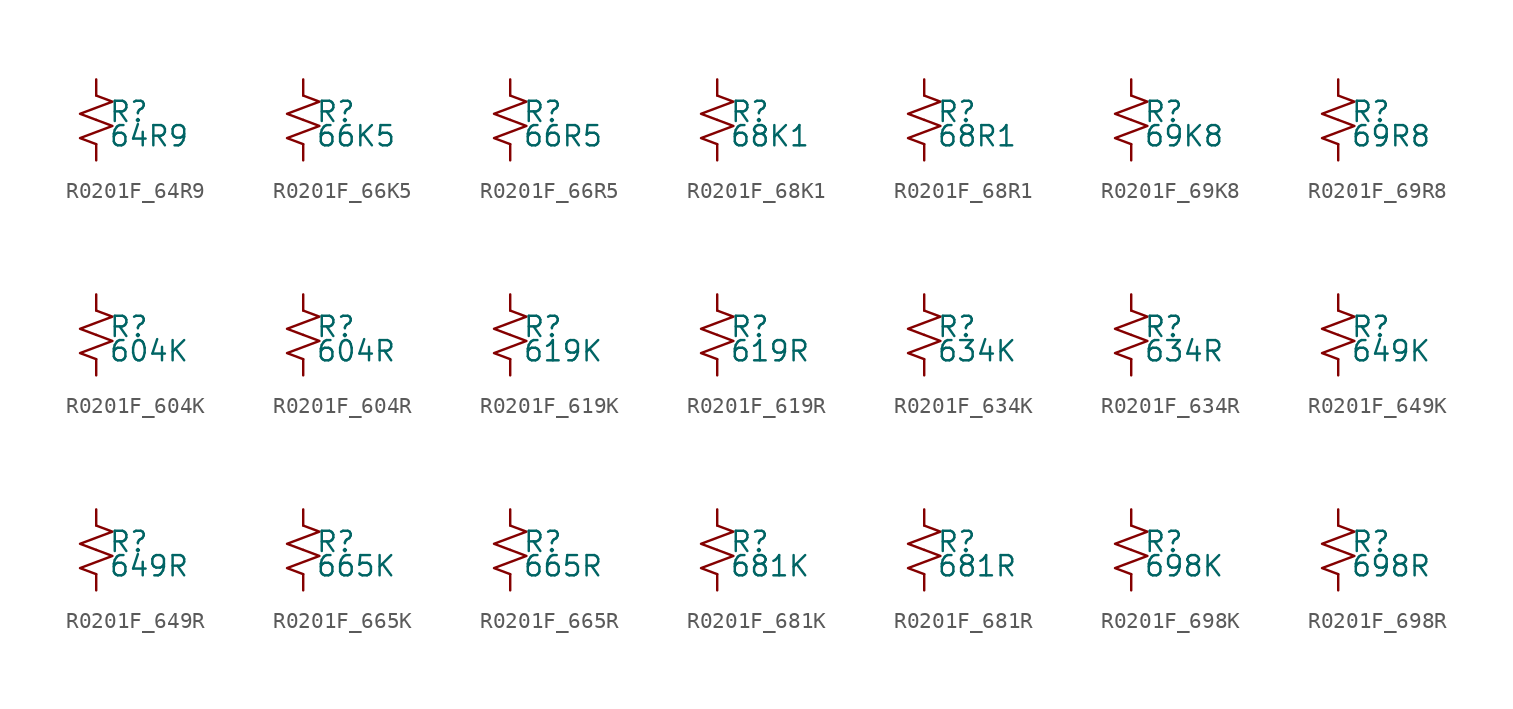
<source format=kicad_sym>
(kicad_symbol_lib
  (version 20220914)
  (generator kicad_symbol_editor)
  (symbol "R0201F_64R9"
    (pin_numbers hide)
    (pin_names
      (offset 0.254) hide)
    (property "Reference" "R"
      (at 0.762 0.508 0)
      (effects (font (size 1.27 1.27)) (justify left)))
    (property "Value" "64R9"
      (at 0.762 -1.016 0)
      (effects (font (size 1.27 1.27)) (justify left)))
    (symbol "R0201F_64R9_1_1"
      (polyline (pts (xy 0 0) (xy 1.016 -0.381) (xy 0 -0.762) (xy -1.016 -1.143) (xy 0 -1.524)) (stroke (width 0) (type default)) (fill (type none)))
      (polyline (pts (xy 0 1.524) (xy 1.016 1.143) (xy 0 0.762) (xy -1.016 0.381) (xy 0 0)) (stroke (width 0) (type default)) (fill (type none)))
      (pin passive line (at 0 2.54 270) (length 1.016) (name "~" (effects (font (size 1.27 1.27)))) (number "1" (effects (font (size 1.27 1.27)))))
      (pin passive line (at 0 -2.54 90) (length 1.016) (name "~" (effects (font (size 1.27 1.27)))) (number "2" (effects (font (size 1.27 1.27)))))))
  (symbol "R0201F_66K5"
    (pin_numbers hide)
    (pin_names
      (offset 0.254) hide)
    (property "Reference" "R"
      (at 0.762 0.508 0)
      (effects (font (size 1.27 1.27)) (justify left)))
    (property "Value" "66K5"
      (at 0.762 -1.016 0)
      (effects (font (size 1.27 1.27)) (justify left)))
    (symbol "R0201F_66K5_1_1"
      (polyline (pts (xy 0 0) (xy 1.016 -0.381) (xy 0 -0.762) (xy -1.016 -1.143) (xy 0 -1.524)) (stroke (width 0) (type default)) (fill (type none)))
      (polyline (pts (xy 0 1.524) (xy 1.016 1.143) (xy 0 0.762) (xy -1.016 0.381) (xy 0 0)) (stroke (width 0) (type default)) (fill (type none)))
      (pin passive line (at 0 2.54 270) (length 1.016) (name "~" (effects (font (size 1.27 1.27)))) (number "1" (effects (font (size 1.27 1.27)))))
      (pin passive line (at 0 -2.54 90) (length 1.016) (name "~" (effects (font (size 1.27 1.27)))) (number "2" (effects (font (size 1.27 1.27)))))))
  (symbol "R0201F_66R5"
    (pin_numbers hide)
    (pin_names
      (offset 0.254) hide)
    (property "Reference" "R"
      (at 0.762 0.508 0)
      (effects (font (size 1.27 1.27)) (justify left)))
    (property "Value" "66R5"
      (at 0.762 -1.016 0)
      (effects (font (size 1.27 1.27)) (justify left)))
    (symbol "R0201F_66R5_1_1"
      (polyline (pts (xy 0 0) (xy 1.016 -0.381) (xy 0 -0.762) (xy -1.016 -1.143) (xy 0 -1.524)) (stroke (width 0) (type default)) (fill (type none)))
      (polyline (pts (xy 0 1.524) (xy 1.016 1.143) (xy 0 0.762) (xy -1.016 0.381) (xy 0 0)) (stroke (width 0) (type default)) (fill (type none)))
      (pin passive line (at 0 2.54 270) (length 1.016) (name "~" (effects (font (size 1.27 1.27)))) (number "1" (effects (font (size 1.27 1.27)))))
      (pin passive line (at 0 -2.54 90) (length 1.016) (name "~" (effects (font (size 1.27 1.27)))) (number "2" (effects (font (size 1.27 1.27)))))))
  (symbol "R0201F_68K1"
    (pin_numbers hide)
    (pin_names
      (offset 0.254) hide)
    (property "Reference" "R"
      (at 0.762 0.508 0)
      (effects (font (size 1.27 1.27)) (justify left)))
    (property "Value" "68K1"
      (at 0.762 -1.016 0)
      (effects (font (size 1.27 1.27)) (justify left)))
    (symbol "R0201F_68K1_1_1"
      (polyline (pts (xy 0 0) (xy 1.016 -0.381) (xy 0 -0.762) (xy -1.016 -1.143) (xy 0 -1.524)) (stroke (width 0) (type default)) (fill (type none)))
      (polyline (pts (xy 0 1.524) (xy 1.016 1.143) (xy 0 0.762) (xy -1.016 0.381) (xy 0 0)) (stroke (width 0) (type default)) (fill (type none)))
      (pin passive line (at 0 2.54 270) (length 1.016) (name "~" (effects (font (size 1.27 1.27)))) (number "1" (effects (font (size 1.27 1.27)))))
      (pin passive line (at 0 -2.54 90) (length 1.016) (name "~" (effects (font (size 1.27 1.27)))) (number "2" (effects (font (size 1.27 1.27)))))))
  (symbol "R0201F_68R1"
    (pin_numbers hide)
    (pin_names
      (offset 0.254) hide)
    (property "Reference" "R"
      (at 0.762 0.508 0)
      (effects (font (size 1.27 1.27)) (justify left)))
    (property "Value" "68R1"
      (at 0.762 -1.016 0)
      (effects (font (size 1.27 1.27)) (justify left)))
    (symbol "R0201F_68R1_1_1"
      (polyline (pts (xy 0 0) (xy 1.016 -0.381) (xy 0 -0.762) (xy -1.016 -1.143) (xy 0 -1.524)) (stroke (width 0) (type default)) (fill (type none)))
      (polyline (pts (xy 0 1.524) (xy 1.016 1.143) (xy 0 0.762) (xy -1.016 0.381) (xy 0 0)) (stroke (width 0) (type default)) (fill (type none)))
      (pin passive line (at 0 2.54 270) (length 1.016) (name "~" (effects (font (size 1.27 1.27)))) (number "1" (effects (font (size 1.27 1.27)))))
      (pin passive line (at 0 -2.54 90) (length 1.016) (name "~" (effects (font (size 1.27 1.27)))) (number "2" (effects (font (size 1.27 1.27)))))))
  (symbol "R0201F_69K8"
    (pin_numbers hide)
    (pin_names
      (offset 0.254) hide)
    (property "Reference" "R"
      (at 0.762 0.508 0)
      (effects (font (size 1.27 1.27)) (justify left)))
    (property "Value" "69K8"
      (at 0.762 -1.016 0)
      (effects (font (size 1.27 1.27)) (justify left)))
    (symbol "R0201F_69K8_1_1"
      (polyline (pts (xy 0 0) (xy 1.016 -0.381) (xy 0 -0.762) (xy -1.016 -1.143) (xy 0 -1.524)) (stroke (width 0) (type default)) (fill (type none)))
      (polyline (pts (xy 0 1.524) (xy 1.016 1.143) (xy 0 0.762) (xy -1.016 0.381) (xy 0 0)) (stroke (width 0) (type default)) (fill (type none)))
      (pin passive line (at 0 2.54 270) (length 1.016) (name "~" (effects (font (size 1.27 1.27)))) (number "1" (effects (font (size 1.27 1.27)))))
      (pin passive line (at 0 -2.54 90) (length 1.016) (name "~" (effects (font (size 1.27 1.27)))) (number "2" (effects (font (size 1.27 1.27)))))))
  (symbol "R0201F_69R8"
    (pin_numbers hide)
    (pin_names
      (offset 0.254) hide)
    (property "Reference" "R"
      (at 0.762 0.508 0)
      (effects (font (size 1.27 1.27)) (justify left)))
    (property "Value" "69R8"
      (at 0.762 -1.016 0)
      (effects (font (size 1.27 1.27)) (justify left)))
    (symbol "R0201F_69R8_1_1"
      (polyline (pts (xy 0 0) (xy 1.016 -0.381) (xy 0 -0.762) (xy -1.016 -1.143) (xy 0 -1.524)) (stroke (width 0) (type default)) (fill (type none)))
      (polyline (pts (xy 0 1.524) (xy 1.016 1.143) (xy 0 0.762) (xy -1.016 0.381) (xy 0 0)) (stroke (width 0) (type default)) (fill (type none)))
      (pin passive line (at 0 2.54 270) (length 1.016) (name "~" (effects (font (size 1.27 1.27)))) (number "1" (effects (font (size 1.27 1.27)))))
      (pin passive line (at 0 -2.54 90) (length 1.016) (name "~" (effects (font (size 1.27 1.27)))) (number "2" (effects (font (size 1.27 1.27)))))))
  (symbol "R0201F_604K"
    (pin_numbers hide)
    (pin_names
      (offset 0.254) hide)
    (property "Reference" "R"
      (at 0.762 0.508 0)
      (effects (font (size 1.27 1.27)) (justify left)))
    (property "Value" "604K"
      (at 0.762 -1.016 0)
      (effects (font (size 1.27 1.27)) (justify left)))
    (symbol "R0201F_604K_1_1"
      (polyline (pts (xy 0 0) (xy 1.016 -0.381) (xy 0 -0.762) (xy -1.016 -1.143) (xy 0 -1.524)) (stroke (width 0) (type default)) (fill (type none)))
      (polyline (pts (xy 0 1.524) (xy 1.016 1.143) (xy 0 0.762) (xy -1.016 0.381) (xy 0 0)) (stroke (width 0) (type default)) (fill (type none)))
      (pin passive line (at 0 2.54 270) (length 1.016) (name "~" (effects (font (size 1.27 1.27)))) (number "1" (effects (font (size 1.27 1.27)))))
      (pin passive line (at 0 -2.54 90) (length 1.016) (name "~" (effects (font (size 1.27 1.27)))) (number "2" (effects (font (size 1.27 1.27)))))))
  (symbol "R0201F_604R"
    (pin_numbers hide)
    (pin_names
      (offset 0.254) hide)
    (property "Reference" "R"
      (at 0.762 0.508 0)
      (effects (font (size 1.27 1.27)) (justify left)))
    (property "Value" "604R"
      (at 0.762 -1.016 0)
      (effects (font (size 1.27 1.27)) (justify left)))
    (symbol "R0201F_604R_1_1"
      (polyline (pts (xy 0 0) (xy 1.016 -0.381) (xy 0 -0.762) (xy -1.016 -1.143) (xy 0 -1.524)) (stroke (width 0) (type default)) (fill (type none)))
      (polyline (pts (xy 0 1.524) (xy 1.016 1.143) (xy 0 0.762) (xy -1.016 0.381) (xy 0 0)) (stroke (width 0) (type default)) (fill (type none)))
      (pin passive line (at 0 2.54 270) (length 1.016) (name "~" (effects (font (size 1.27 1.27)))) (number "1" (effects (font (size 1.27 1.27)))))
      (pin passive line (at 0 -2.54 90) (length 1.016) (name "~" (effects (font (size 1.27 1.27)))) (number "2" (effects (font (size 1.27 1.27)))))))
  (symbol "R0201F_619K"
    (pin_numbers hide)
    (pin_names
      (offset 0.254) hide)
    (property "Reference" "R"
      (at 0.762 0.508 0)
      (effects (font (size 1.27 1.27)) (justify left)))
    (property "Value" "619K"
      (at 0.762 -1.016 0)
      (effects (font (size 1.27 1.27)) (justify left)))
    (symbol "R0201F_619K_1_1"
      (polyline (pts (xy 0 0) (xy 1.016 -0.381) (xy 0 -0.762) (xy -1.016 -1.143) (xy 0 -1.524)) (stroke (width 0) (type default)) (fill (type none)))
      (polyline (pts (xy 0 1.524) (xy 1.016 1.143) (xy 0 0.762) (xy -1.016 0.381) (xy 0 0)) (stroke (width 0) (type default)) (fill (type none)))
      (pin passive line (at 0 2.54 270) (length 1.016) (name "~" (effects (font (size 1.27 1.27)))) (number "1" (effects (font (size 1.27 1.27)))))
      (pin passive line (at 0 -2.54 90) (length 1.016) (name "~" (effects (font (size 1.27 1.27)))) (number "2" (effects (font (size 1.27 1.27)))))))
  (symbol "R0201F_619R"
    (pin_numbers hide)
    (pin_names
      (offset 0.254) hide)
    (property "Reference" "R"
      (at 0.762 0.508 0)
      (effects (font (size 1.27 1.27)) (justify left)))
    (property "Value" "619R"
      (at 0.762 -1.016 0)
      (effects (font (size 1.27 1.27)) (justify left)))
    (symbol "R0201F_619R_1_1"
      (polyline (pts (xy 0 0) (xy 1.016 -0.381) (xy 0 -0.762) (xy -1.016 -1.143) (xy 0 -1.524)) (stroke (width 0) (type default)) (fill (type none)))
      (polyline (pts (xy 0 1.524) (xy 1.016 1.143) (xy 0 0.762) (xy -1.016 0.381) (xy 0 0)) (stroke (width 0) (type default)) (fill (type none)))
      (pin passive line (at 0 2.54 270) (length 1.016) (name "~" (effects (font (size 1.27 1.27)))) (number "1" (effects (font (size 1.27 1.27)))))
      (pin passive line (at 0 -2.54 90) (length 1.016) (name "~" (effects (font (size 1.27 1.27)))) (number "2" (effects (font (size 1.27 1.27)))))))
  (symbol "R0201F_634K"
    (pin_numbers hide)
    (pin_names
      (offset 0.254) hide)
    (property "Reference" "R"
      (at 0.762 0.508 0)
      (effects (font (size 1.27 1.27)) (justify left)))
    (property "Value" "634K"
      (at 0.762 -1.016 0)
      (effects (font (size 1.27 1.27)) (justify left)))
    (symbol "R0201F_634K_1_1"
      (polyline (pts (xy 0 0) (xy 1.016 -0.381) (xy 0 -0.762) (xy -1.016 -1.143) (xy 0 -1.524)) (stroke (width 0) (type default)) (fill (type none)))
      (polyline (pts (xy 0 1.524) (xy 1.016 1.143) (xy 0 0.762) (xy -1.016 0.381) (xy 0 0)) (stroke (width 0) (type default)) (fill (type none)))
      (pin passive line (at 0 2.54 270) (length 1.016) (name "~" (effects (font (size 1.27 1.27)))) (number "1" (effects (font (size 1.27 1.27)))))
      (pin passive line (at 0 -2.54 90) (length 1.016) (name "~" (effects (font (size 1.27 1.27)))) (number "2" (effects (font (size 1.27 1.27)))))))
  (symbol "R0201F_634R"
    (pin_numbers hide)
    (pin_names
      (offset 0.254) hide)
    (property "Reference" "R"
      (at 0.762 0.508 0)
      (effects (font (size 1.27 1.27)) (justify left)))
    (property "Value" "634R"
      (at 0.762 -1.016 0)
      (effects (font (size 1.27 1.27)) (justify left)))
    (symbol "R0201F_634R_1_1"
      (polyline (pts (xy 0 0) (xy 1.016 -0.381) (xy 0 -0.762) (xy -1.016 -1.143) (xy 0 -1.524)) (stroke (width 0) (type default)) (fill (type none)))
      (polyline (pts (xy 0 1.524) (xy 1.016 1.143) (xy 0 0.762) (xy -1.016 0.381) (xy 0 0)) (stroke (width 0) (type default)) (fill (type none)))
      (pin passive line (at 0 2.54 270) (length 1.016) (name "~" (effects (font (size 1.27 1.27)))) (number "1" (effects (font (size 1.27 1.27)))))
      (pin passive line (at 0 -2.54 90) (length 1.016) (name "~" (effects (font (size 1.27 1.27)))) (number "2" (effects (font (size 1.27 1.27)))))))
  (symbol "R0201F_649K"
    (pin_numbers hide)
    (pin_names
      (offset 0.254) hide)
    (property "Reference" "R"
      (at 0.762 0.508 0)
      (effects (font (size 1.27 1.27)) (justify left)))
    (property "Value" "649K"
      (at 0.762 -1.016 0)
      (effects (font (size 1.27 1.27)) (justify left)))
    (symbol "R0201F_649K_1_1"
      (polyline (pts (xy 0 0) (xy 1.016 -0.381) (xy 0 -0.762) (xy -1.016 -1.143) (xy 0 -1.524)) (stroke (width 0) (type default)) (fill (type none)))
      (polyline (pts (xy 0 1.524) (xy 1.016 1.143) (xy 0 0.762) (xy -1.016 0.381) (xy 0 0)) (stroke (width 0) (type default)) (fill (type none)))
      (pin passive line (at 0 2.54 270) (length 1.016) (name "~" (effects (font (size 1.27 1.27)))) (number "1" (effects (font (size 1.27 1.27)))))
      (pin passive line (at 0 -2.54 90) (length 1.016) (name "~" (effects (font (size 1.27 1.27)))) (number "2" (effects (font (size 1.27 1.27)))))))
  (symbol "R0201F_649R"
    (pin_numbers hide)
    (pin_names
      (offset 0.254) hide)
    (property "Reference" "R"
      (at 0.762 0.508 0)
      (effects (font (size 1.27 1.27)) (justify left)))
    (property "Value" "649R"
      (at 0.762 -1.016 0)
      (effects (font (size 1.27 1.27)) (justify left)))
    (symbol "R0201F_649R_1_1"
      (polyline (pts (xy 0 0) (xy 1.016 -0.381) (xy 0 -0.762) (xy -1.016 -1.143) (xy 0 -1.524)) (stroke (width 0) (type default)) (fill (type none)))
      (polyline (pts (xy 0 1.524) (xy 1.016 1.143) (xy 0 0.762) (xy -1.016 0.381) (xy 0 0)) (stroke (width 0) (type default)) (fill (type none)))
      (pin passive line (at 0 2.54 270) (length 1.016) (name "~" (effects (font (size 1.27 1.27)))) (number "1" (effects (font (size 1.27 1.27)))))
      (pin passive line (at 0 -2.54 90) (length 1.016) (name "~" (effects (font (size 1.27 1.27)))) (number "2" (effects (font (size 1.27 1.27)))))))
  (symbol "R0201F_665K"
    (pin_numbers hide)
    (pin_names
      (offset 0.254) hide)
    (property "Reference" "R"
      (at 0.762 0.508 0)
      (effects (font (size 1.27 1.27)) (justify left)))
    (property "Value" "665K"
      (at 0.762 -1.016 0)
      (effects (font (size 1.27 1.27)) (justify left)))
    (symbol "R0201F_665K_1_1"
      (polyline (pts (xy 0 0) (xy 1.016 -0.381) (xy 0 -0.762) (xy -1.016 -1.143) (xy 0 -1.524)) (stroke (width 0) (type default)) (fill (type none)))
      (polyline (pts (xy 0 1.524) (xy 1.016 1.143) (xy 0 0.762) (xy -1.016 0.381) (xy 0 0)) (stroke (width 0) (type default)) (fill (type none)))
      (pin passive line (at 0 2.54 270) (length 1.016) (name "~" (effects (font (size 1.27 1.27)))) (number "1" (effects (font (size 1.27 1.27)))))
      (pin passive line (at 0 -2.54 90) (length 1.016) (name "~" (effects (font (size 1.27 1.27)))) (number "2" (effects (font (size 1.27 1.27)))))))
  (symbol "R0201F_665R"
    (pin_numbers hide)
    (pin_names
      (offset 0.254) hide)
    (property "Reference" "R"
      (at 0.762 0.508 0)
      (effects (font (size 1.27 1.27)) (justify left)))
    (property "Value" "665R"
      (at 0.762 -1.016 0)
      (effects (font (size 1.27 1.27)) (justify left)))
    (symbol "R0201F_665R_1_1"
      (polyline (pts (xy 0 0) (xy 1.016 -0.381) (xy 0 -0.762) (xy -1.016 -1.143) (xy 0 -1.524)) (stroke (width 0) (type default)) (fill (type none)))
      (polyline (pts (xy 0 1.524) (xy 1.016 1.143) (xy 0 0.762) (xy -1.016 0.381) (xy 0 0)) (stroke (width 0) (type default)) (fill (type none)))
      (pin passive line (at 0 2.54 270) (length 1.016) (name "~" (effects (font (size 1.27 1.27)))) (number "1" (effects (font (size 1.27 1.27)))))
      (pin passive line (at 0 -2.54 90) (length 1.016) (name "~" (effects (font (size 1.27 1.27)))) (number "2" (effects (font (size 1.27 1.27)))))))
  (symbol "R0201F_681K"
    (pin_numbers hide)
    (pin_names
      (offset 0.254) hide)
    (property "Reference" "R"
      (at 0.762 0.508 0)
      (effects (font (size 1.27 1.27)) (justify left)))
    (property "Value" "681K"
      (at 0.762 -1.016 0)
      (effects (font (size 1.27 1.27)) (justify left)))
    (symbol "R0201F_681K_1_1"
      (polyline (pts (xy 0 0) (xy 1.016 -0.381) (xy 0 -0.762) (xy -1.016 -1.143) (xy 0 -1.524)) (stroke (width 0) (type default)) (fill (type none)))
      (polyline (pts (xy 0 1.524) (xy 1.016 1.143) (xy 0 0.762) (xy -1.016 0.381) (xy 0 0)) (stroke (width 0) (type default)) (fill (type none)))
      (pin passive line (at 0 2.54 270) (length 1.016) (name "~" (effects (font (size 1.27 1.27)))) (number "1" (effects (font (size 1.27 1.27)))))
      (pin passive line (at 0 -2.54 90) (length 1.016) (name "~" (effects (font (size 1.27 1.27)))) (number "2" (effects (font (size 1.27 1.27)))))))
  (symbol "R0201F_681R"
    (pin_numbers hide)
    (pin_names
      (offset 0.254) hide)
    (property "Reference" "R"
      (at 0.762 0.508 0)
      (effects (font (size 1.27 1.27)) (justify left)))
    (property "Value" "681R"
      (at 0.762 -1.016 0)
      (effects (font (size 1.27 1.27)) (justify left)))
    (symbol "R0201F_681R_1_1"
      (polyline (pts (xy 0 0) (xy 1.016 -0.381) (xy 0 -0.762) (xy -1.016 -1.143) (xy 0 -1.524)) (stroke (width 0) (type default)) (fill (type none)))
      (polyline (pts (xy 0 1.524) (xy 1.016 1.143) (xy 0 0.762) (xy -1.016 0.381) (xy 0 0)) (stroke (width 0) (type default)) (fill (type none)))
      (pin passive line (at 0 2.54 270) (length 1.016) (name "~" (effects (font (size 1.27 1.27)))) (number "1" (effects (font (size 1.27 1.27)))))
      (pin passive line (at 0 -2.54 90) (length 1.016) (name "~" (effects (font (size 1.27 1.27)))) (number "2" (effects (font (size 1.27 1.27)))))))
  (symbol "R0201F_698K"
    (pin_numbers hide)
    (pin_names
      (offset 0.254) hide)
    (property "Reference" "R"
      (at 0.762 0.508 0)
      (effects (font (size 1.27 1.27)) (justify left)))
    (property "Value" "698K"
      (at 0.762 -1.016 0)
      (effects (font (size 1.27 1.27)) (justify left)))
    (symbol "R0201F_698K_1_1"
      (polyline (pts (xy 0 0) (xy 1.016 -0.381) (xy 0 -0.762) (xy -1.016 -1.143) (xy 0 -1.524)) (stroke (width 0) (type default)) (fill (type none)))
      (polyline (pts (xy 0 1.524) (xy 1.016 1.143) (xy 0 0.762) (xy -1.016 0.381) (xy 0 0)) (stroke (width 0) (type default)) (fill (type none)))
      (pin passive line (at 0 2.54 270) (length 1.016) (name "~" (effects (font (size 1.27 1.27)))) (number "1" (effects (font (size 1.27 1.27)))))
      (pin passive line (at 0 -2.54 90) (length 1.016) (name "~" (effects (font (size 1.27 1.27)))) (number "2" (effects (font (size 1.27 1.27)))))))
  (symbol "R0201F_698R"
    (pin_numbers hide)
    (pin_names
      (offset 0.254) hide)
    (property "Reference" "R"
      (at 0.762 0.508 0)
      (effects (font (size 1.27 1.27)) (justify left)))
    (property "Value" "698R"
      (at 0.762 -1.016 0)
      (effects (font (size 1.27 1.27)) (justify left)))
    (symbol "R0201F_698R_1_1"
      (polyline (pts (xy 0 0) (xy 1.016 -0.381) (xy 0 -0.762) (xy -1.016 -1.143) (xy 0 -1.524)) (stroke (width 0) (type default)) (fill (type none)))
      (polyline (pts (xy 0 1.524) (xy 1.016 1.143) (xy 0 0.762) (xy -1.016 0.381) (xy 0 0)) (stroke (width 0) (type default)) (fill (type none)))
      (pin passive line (at 0 2.54 270) (length 1.016) (name "~" (effects (font (size 1.27 1.27)))) (number "1" (effects (font (size 1.27 1.27)))))
      (pin passive line (at 0 -2.54 90) (length 1.016) (name "~" (effects (font (size 1.27 1.27)))) (number "2" (effects (font (size 1.27 1.27))))))))
</source>
